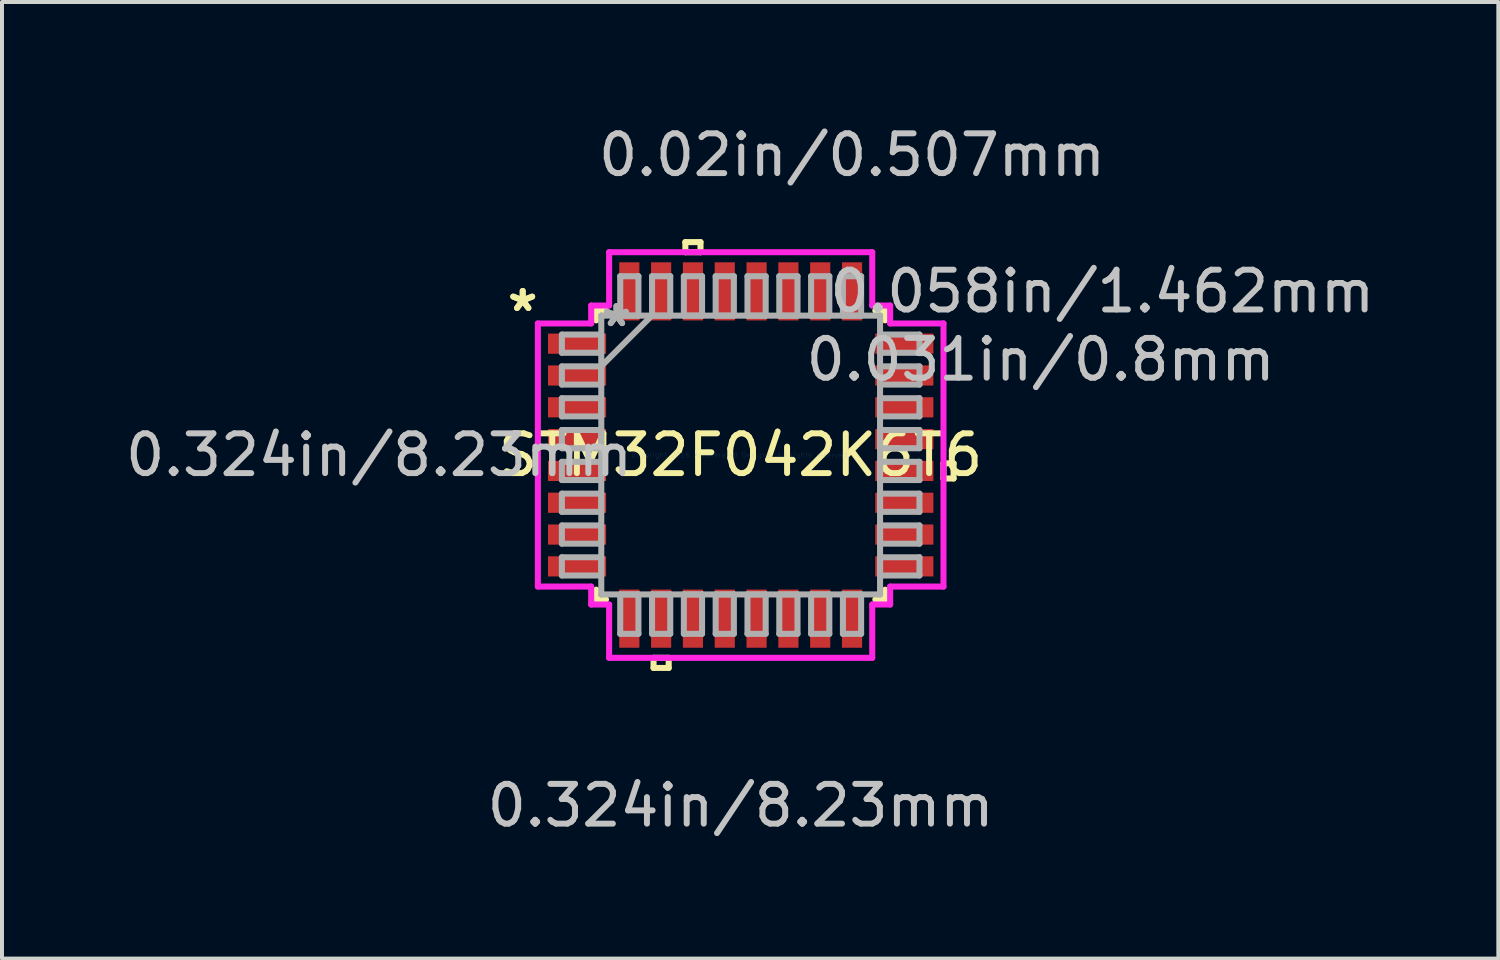
<source format=kicad_pcb>
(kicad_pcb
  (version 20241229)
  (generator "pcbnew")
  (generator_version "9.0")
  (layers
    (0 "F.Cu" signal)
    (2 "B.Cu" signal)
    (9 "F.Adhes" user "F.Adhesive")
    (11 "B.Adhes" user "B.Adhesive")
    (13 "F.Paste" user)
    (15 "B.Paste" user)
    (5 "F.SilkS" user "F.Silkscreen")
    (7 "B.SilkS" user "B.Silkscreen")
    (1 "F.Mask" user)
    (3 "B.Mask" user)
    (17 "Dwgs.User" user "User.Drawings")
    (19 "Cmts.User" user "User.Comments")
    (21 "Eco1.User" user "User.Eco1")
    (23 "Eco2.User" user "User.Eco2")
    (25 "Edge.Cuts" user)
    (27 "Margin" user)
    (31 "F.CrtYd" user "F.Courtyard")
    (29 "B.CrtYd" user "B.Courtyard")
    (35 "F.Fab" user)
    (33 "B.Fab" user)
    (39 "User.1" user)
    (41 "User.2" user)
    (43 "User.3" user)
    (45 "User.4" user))
  (footprint "STM32F042K6T6"
    (layer "F.Cu")
    (at 15.575 8.392)
    (property "Reference" "STM32F042K6T6" (at 0 0 0) (layer "F.SilkS") (effects (font (size 1 1) (thickness 0.15))))
    (attr through_hole)
    (fp_line (start -3.632 -3.632) (end -3.632 -3.386) (stroke (width 0.152) (type solid)) (layer "F.SilkS"))
    (fp_line (start -3.632 3.386) (end -3.632 3.632) (stroke (width 0.152) (type solid)) (layer "F.SilkS"))
    (fp_line (start -3.632 3.632) (end -3.386 3.632) (stroke (width 0.152) (type solid)) (layer "F.SilkS"))
    (fp_line (start -3.386 -3.632) (end -3.632 -3.632) (stroke (width 0.152) (type solid)) (layer "F.SilkS"))
    (fp_line (start -2.191 5.1) (end -2.191 5.354) (stroke (width 0.152) (type solid)) (layer "F.SilkS"))
    (fp_line (start -2.191 5.354) (end -1.81 5.354) (stroke (width 0.152) (type solid)) (layer "F.SilkS"))
    (fp_line (start -1.81 5.1) (end -2.191 5.1) (stroke (width 0.152) (type solid)) (layer "F.SilkS"))
    (fp_line (start -1.81 5.354) (end -1.81 5.1) (stroke (width 0.152) (type solid)) (layer "F.SilkS"))
    (fp_line (start -1.391 -5.354) (end -1.01 -5.354) (stroke (width 0.152) (type solid)) (layer "F.SilkS"))
    (fp_line (start -1.391 -5.1) (end -1.391 -5.354) (stroke (width 0.152) (type solid)) (layer "F.SilkS"))
    (fp_line (start -1.01 -5.354) (end -1.01 -5.1) (stroke (width 0.152) (type solid)) (layer "F.SilkS"))
    (fp_line (start -1.01 -5.1) (end -1.391 -5.1) (stroke (width 0.152) (type solid)) (layer "F.SilkS"))
    (fp_line (start 3.386 3.632) (end 3.632 3.632) (stroke (width 0.152) (type solid)) (layer "F.SilkS"))
    (fp_line (start 3.632 -3.632) (end 3.386 -3.632) (stroke (width 0.152) (type solid)) (layer "F.SilkS"))
    (fp_line (start 3.632 -3.386) (end 3.632 -3.632) (stroke (width 0.152) (type solid)) (layer "F.SilkS"))
    (fp_line (start 3.632 3.632) (end 3.632 3.386) (stroke (width 0.152) (type solid)) (layer "F.SilkS"))
    (fp_line (start 5.1 0.209) (end 5.354 0.209) (stroke (width 0.152) (type solid)) (layer "F.SilkS"))
    (fp_line (start 5.1 0.59) (end 5.1 0.209) (stroke (width 0.152) (type solid)) (layer "F.SilkS"))
    (fp_line (start 5.354 0.209) (end 5.354 0.59) (stroke (width 0.152) (type solid)) (layer "F.SilkS"))
    (fp_line (start 5.354 0.59) (end 5.1 0.59) (stroke (width 0.152) (type solid)) (layer "F.SilkS"))
    (fp_line (start -5.1 -3.308) (end -3.759 -3.308) (stroke (width 0.152) (type solid)) (layer "F.CrtYd"))
    (fp_line (start -5.1 3.308) (end -5.1 -3.308) (stroke (width 0.152) (type solid)) (layer "F.CrtYd"))
    (fp_line (start -3.759 -3.759) (end -3.308 -3.759) (stroke (width 0.152) (type solid)) (layer "F.CrtYd"))
    (fp_line (start -3.759 -3.308) (end -3.759 -3.759) (stroke (width 0.152) (type solid)) (layer "F.CrtYd"))
    (fp_line (start -3.759 3.308) (end -5.1 3.308) (stroke (width 0.152) (type solid)) (layer "F.CrtYd"))
    (fp_line (start -3.759 3.759) (end -3.759 3.308) (stroke (width 0.152) (type solid)) (layer "F.CrtYd"))
    (fp_line (start -3.308 -5.1) (end 3.308 -5.1) (stroke (width 0.152) (type solid)) (layer "F.CrtYd"))
    (fp_line (start -3.308 -3.759) (end -3.308 -5.1) (stroke (width 0.152) (type solid)) (layer "F.CrtYd"))
    (fp_line (start -3.308 3.759) (end -3.759 3.759) (stroke (width 0.152) (type solid)) (layer "F.CrtYd"))
    (fp_line (start -3.308 5.1) (end -3.308 3.759) (stroke (width 0.152) (type solid)) (layer "F.CrtYd"))
    (fp_line (start 3.308 -5.1) (end 3.308 -3.759) (stroke (width 0.152) (type solid)) (layer "F.CrtYd"))
    (fp_line (start 3.308 -3.759) (end 3.759 -3.759) (stroke (width 0.152) (type solid)) (layer "F.CrtYd"))
    (fp_line (start 3.308 3.759) (end 3.308 5.1) (stroke (width 0.152) (type solid)) (layer "F.CrtYd"))
    (fp_line (start 3.308 5.1) (end -3.308 5.1) (stroke (width 0.152) (type solid)) (layer "F.CrtYd"))
    (fp_line (start 3.759 -3.759) (end 3.759 -3.308) (stroke (width 0.152) (type solid)) (layer "F.CrtYd"))
    (fp_line (start 3.759 -3.308) (end 5.1 -3.308) (stroke (width 0.152) (type solid)) (layer "F.CrtYd"))
    (fp_line (start 3.759 3.308) (end 3.759 3.759) (stroke (width 0.152) (type solid)) (layer "F.CrtYd"))
    (fp_line (start 3.759 3.759) (end 3.308 3.759) (stroke (width 0.152) (type solid)) (layer "F.CrtYd"))
    (fp_line (start 5.1 -3.308) (end 5.1 3.308) (stroke (width 0.152) (type solid)) (layer "F.CrtYd"))
    (fp_line (start 5.1 3.308) (end 3.759 3.308) (stroke (width 0.152) (type solid)) (layer "F.CrtYd"))
    (fp_line (start -4.496 -3.029) (end -4.496 -2.571) (stroke (width 0.152) (type solid)) (layer "F.Fab"))
    (fp_line (start -4.496 -2.571) (end -3.505 -2.571) (stroke (width 0.152) (type solid)) (layer "F.Fab"))
    (fp_line (start -4.496 -2.229) (end -4.496 -1.771) (stroke (width 0.152) (type solid)) (layer "F.Fab"))
    (fp_line (start -4.496 -1.771) (end -3.505 -1.771) (stroke (width 0.152) (type solid)) (layer "F.Fab"))
    (fp_line (start -4.496 -1.429) (end -4.496 -0.971) (stroke (width 0.152) (type solid)) (layer "F.Fab"))
    (fp_line (start -4.496 -0.971) (end -3.505 -0.971) (stroke (width 0.152) (type solid)) (layer "F.Fab"))
    (fp_line (start -4.496 -0.629) (end -4.496 -0.171) (stroke (width 0.152) (type solid)) (layer "F.Fab"))
    (fp_line (start -4.496 -0.171) (end -3.505 -0.171) (stroke (width 0.152) (type solid)) (layer "F.Fab"))
    (fp_line (start -4.496 0.171) (end -4.496 0.629) (stroke (width 0.152) (type solid)) (layer "F.Fab"))
    (fp_line (start -4.496 0.629) (end -3.505 0.629) (stroke (width 0.152) (type solid)) (layer "F.Fab"))
    (fp_line (start -4.496 0.971) (end -4.496 1.429) (stroke (width 0.152) (type solid)) (layer "F.Fab"))
    (fp_line (start -4.496 1.429) (end -3.505 1.429) (stroke (width 0.152) (type solid)) (layer "F.Fab"))
    (fp_line (start -4.496 1.771) (end -4.496 2.229) (stroke (width 0.152) (type solid)) (layer "F.Fab"))
    (fp_line (start -4.496 2.229) (end -3.505 2.229) (stroke (width 0.152) (type solid)) (layer "F.Fab"))
    (fp_line (start -4.496 2.571) (end -4.496 3.029) (stroke (width 0.152) (type solid)) (layer "F.Fab"))
    (fp_line (start -4.496 3.029) (end -3.505 3.029) (stroke (width 0.152) (type solid)) (layer "F.Fab"))
    (fp_line (start -3.505 -3.505) (end -3.505 -3.505) (stroke (width 0.152) (type solid)) (layer "F.Fab"))
    (fp_line (start -3.505 -3.505) (end -3.505 3.505) (stroke (width 0.152) (type solid)) (layer "F.Fab"))
    (fp_line (start -3.505 -3.029) (end -4.496 -3.029) (stroke (width 0.152) (type solid)) (layer "F.Fab"))
    (fp_line (start -3.505 -2.571) (end -3.505 -3.029) (stroke (width 0.152) (type solid)) (layer "F.Fab"))
    (fp_line (start -3.505 -2.235) (end -2.235 -3.505) (stroke (width 0.152) (type solid)) (layer "F.Fab"))
    (fp_line (start -3.505 -2.229) (end -4.496 -2.229) (stroke (width 0.152) (type solid)) (layer "F.Fab"))
    (fp_line (start -3.505 -1.771) (end -3.505 -2.229) (stroke (width 0.152) (type solid)) (layer "F.Fab"))
    (fp_line (start -3.505 -1.429) (end -4.496 -1.429) (stroke (width 0.152) (type solid)) (layer "F.Fab"))
    (fp_line (start -3.505 -0.971) (end -3.505 -1.429) (stroke (width 0.152) (type solid)) (layer "F.Fab"))
    (fp_line (start -3.505 -0.629) (end -4.496 -0.629) (stroke (width 0.152) (type solid)) (layer "F.Fab"))
    (fp_line (start -3.505 -0.171) (end -3.505 -0.629) (stroke (width 0.152) (type solid)) (layer "F.Fab"))
    (fp_line (start -3.505 0.171) (end -4.496 0.171) (stroke (width 0.152) (type solid)) (layer "F.Fab"))
    (fp_line (start -3.505 0.629) (end -3.505 0.171) (stroke (width 0.152) (type solid)) (layer "F.Fab"))
    (fp_line (start -3.505 0.971) (end -4.496 0.971) (stroke (width 0.152) (type solid)) (layer "F.Fab"))
    (fp_line (start -3.505 1.429) (end -3.505 0.971) (stroke (width 0.152) (type solid)) (layer "F.Fab"))
    (fp_line (start -3.505 1.771) (end -4.496 1.771) (stroke (width 0.152) (type solid)) (layer "F.Fab"))
    (fp_line (start -3.505 2.229) (end -3.505 1.771) (stroke (width 0.152) (type solid)) (layer "F.Fab"))
    (fp_line (start -3.505 2.571) (end -4.496 2.571) (stroke (width 0.152) (type solid)) (layer "F.Fab"))
    (fp_line (start -3.505 3.029) (end -3.505 2.571) (stroke (width 0.152) (type solid)) (layer "F.Fab"))
    (fp_line (start -3.505 3.505) (end -3.505 3.505) (stroke (width 0.152) (type solid)) (layer "F.Fab"))
    (fp_line (start -3.505 3.505) (end 3.505 3.505) (stroke (width 0.152) (type solid)) (layer "F.Fab"))
    (fp_line (start -3.029 -4.496) (end -3.029 -3.505) (stroke (width 0.152) (type solid)) (layer "F.Fab"))
    (fp_line (start -3.029 -3.505) (end -2.571 -3.505) (stroke (width 0.152) (type solid)) (layer "F.Fab"))
    (fp_line (start -3.029 3.505) (end -3.029 4.496) (stroke (width 0.152) (type solid)) (layer "F.Fab"))
    (fp_line (start -3.029 4.496) (end -2.571 4.496) (stroke (width 0.152) (type solid)) (layer "F.Fab"))
    (fp_line (start -2.571 -4.496) (end -3.029 -4.496) (stroke (width 0.152) (type solid)) (layer "F.Fab"))
    (fp_line (start -2.571 -3.505) (end -2.571 -4.496) (stroke (width 0.152) (type solid)) (layer "F.Fab"))
    (fp_line (start -2.571 3.505) (end -3.029 3.505) (stroke (width 0.152) (type solid)) (layer "F.Fab"))
    (fp_line (start -2.571 4.496) (end -2.571 3.505) (stroke (width 0.152) (type solid)) (layer "F.Fab"))
    (fp_line (start -2.229 -4.496) (end -2.229 -3.505) (stroke (width 0.152) (type solid)) (layer "F.Fab"))
    (fp_line (start -2.229 -3.505) (end -1.771 -3.505) (stroke (width 0.152) (type solid)) (layer "F.Fab"))
    (fp_line (start -2.229 3.505) (end -2.229 4.496) (stroke (width 0.152) (type solid)) (layer "F.Fab"))
    (fp_line (start -2.229 4.496) (end -1.771 4.496) (stroke (width 0.152) (type solid)) (layer "F.Fab"))
    (fp_line (start -1.771 -4.496) (end -2.229 -4.496) (stroke (width 0.152) (type solid)) (layer "F.Fab"))
    (fp_line (start -1.771 -3.505) (end -1.771 -4.496) (stroke (width 0.152) (type solid)) (layer "F.Fab"))
    (fp_line (start -1.771 3.505) (end -2.229 3.505) (stroke (width 0.152) (type solid)) (layer "F.Fab"))
    (fp_line (start -1.771 4.496) (end -1.771 3.505) (stroke (width 0.152) (type solid)) (layer "F.Fab"))
    (fp_line (start -1.429 -4.496) (end -1.429 -3.505) (stroke (width 0.152) (type solid)) (layer "F.Fab"))
    (fp_line (start -1.429 -3.505) (end -0.971 -3.505) (stroke (width 0.152) (type solid)) (layer "F.Fab"))
    (fp_line (start -1.429 3.505) (end -1.429 4.496) (stroke (width 0.152) (type solid)) (layer "F.Fab"))
    (fp_line (start -1.429 4.496) (end -0.971 4.496) (stroke (width 0.152) (type solid)) (layer "F.Fab"))
    (fp_line (start -0.971 -4.496) (end -1.429 -4.496) (stroke (width 0.152) (type solid)) (layer "F.Fab"))
    (fp_line (start -0.971 -3.505) (end -0.971 -4.496) (stroke (width 0.152) (type solid)) (layer "F.Fab"))
    (fp_line (start -0.971 3.505) (end -1.429 3.505) (stroke (width 0.152) (type solid)) (layer "F.Fab"))
    (fp_line (start -0.971 4.496) (end -0.971 3.505) (stroke (width 0.152) (type solid)) (layer "F.Fab"))
    (fp_line (start -0.629 -4.496) (end -0.629 -3.505) (stroke (width 0.152) (type solid)) (layer "F.Fab"))
    (fp_line (start -0.629 -3.505) (end -0.171 -3.505) (stroke (width 0.152) (type solid)) (layer "F.Fab"))
    (fp_line (start -0.629 3.505) (end -0.629 4.496) (stroke (width 0.152) (type solid)) (layer "F.Fab"))
    (fp_line (start -0.629 4.496) (end -0.171 4.496) (stroke (width 0.152) (type solid)) (layer "F.Fab"))
    (fp_line (start -0.171 -4.496) (end -0.629 -4.496) (stroke (width 0.152) (type solid)) (layer "F.Fab"))
    (fp_line (start -0.171 -3.505) (end -0.171 -4.496) (stroke (width 0.152) (type solid)) (layer "F.Fab"))
    (fp_line (start -0.171 3.505) (end -0.629 3.505) (stroke (width 0.152) (type solid)) (layer "F.Fab"))
    (fp_line (start -0.171 4.496) (end -0.171 3.505) (stroke (width 0.152) (type solid)) (layer "F.Fab"))
    (fp_line (start 0.171 -4.496) (end 0.171 -3.505) (stroke (width 0.152) (type solid)) (layer "F.Fab"))
    (fp_line (start 0.171 -3.505) (end 0.629 -3.505) (stroke (width 0.152) (type solid)) (layer "F.Fab"))
    (fp_line (start 0.171 3.505) (end 0.171 4.496) (stroke (width 0.152) (type solid)) (layer "F.Fab"))
    (fp_line (start 0.171 4.496) (end 0.629 4.496) (stroke (width 0.152) (type solid)) (layer "F.Fab"))
    (fp_line (start 0.629 -4.496) (end 0.171 -4.496) (stroke (width 0.152) (type solid)) (layer "F.Fab"))
    (fp_line (start 0.629 -3.505) (end 0.629 -4.496) (stroke (width 0.152) (type solid)) (layer "F.Fab"))
    (fp_line (start 0.629 3.505) (end 0.171 3.505) (stroke (width 0.152) (type solid)) (layer "F.Fab"))
    (fp_line (start 0.629 4.496) (end 0.629 3.505) (stroke (width 0.152) (type solid)) (layer "F.Fab"))
    (fp_line (start 0.971 -4.496) (end 0.971 -3.505) (stroke (width 0.152) (type solid)) (layer "F.Fab"))
    (fp_line (start 0.971 -3.505) (end 1.429 -3.505) (stroke (width 0.152) (type solid)) (layer "F.Fab"))
    (fp_line (start 0.971 3.505) (end 0.971 4.496) (stroke (width 0.152) (type solid)) (layer "F.Fab"))
    (fp_line (start 0.971 4.496) (end 1.429 4.496) (stroke (width 0.152) (type solid)) (layer "F.Fab"))
    (fp_line (start 1.429 -4.496) (end 0.971 -4.496) (stroke (width 0.152) (type solid)) (layer "F.Fab"))
    (fp_line (start 1.429 -3.505) (end 1.429 -4.496) (stroke (width 0.152) (type solid)) (layer "F.Fab"))
    (fp_line (start 1.429 3.505) (end 0.971 3.505) (stroke (width 0.152) (type solid)) (layer "F.Fab"))
    (fp_line (start 1.429 4.496) (end 1.429 3.505) (stroke (width 0.152) (type solid)) (layer "F.Fab"))
    (fp_line (start 1.771 -4.496) (end 1.771 -3.505) (stroke (width 0.152) (type solid)) (layer "F.Fab"))
    (fp_line (start 1.771 -3.505) (end 2.229 -3.505) (stroke (width 0.152) (type solid)) (layer "F.Fab"))
    (fp_line (start 1.771 3.505) (end 1.771 4.496) (stroke (width 0.152) (type solid)) (layer "F.Fab"))
    (fp_line (start 1.771 4.496) (end 2.229 4.496) (stroke (width 0.152) (type solid)) (layer "F.Fab"))
    (fp_line (start 2.229 -4.496) (end 1.771 -4.496) (stroke (width 0.152) (type solid)) (layer "F.Fab"))
    (fp_line (start 2.229 -3.505) (end 2.229 -4.496) (stroke (width 0.152) (type solid)) (layer "F.Fab"))
    (fp_line (start 2.229 3.505) (end 1.771 3.505) (stroke (width 0.152) (type solid)) (layer "F.Fab"))
    (fp_line (start 2.229 4.496) (end 2.229 3.505) (stroke (width 0.152) (type solid)) (layer "F.Fab"))
    (fp_line (start 2.571 -4.496) (end 2.571 -3.505) (stroke (width 0.152) (type solid)) (layer "F.Fab"))
    (fp_line (start 2.571 -3.505) (end 3.029 -3.505) (stroke (width 0.152) (type solid)) (layer "F.Fab"))
    (fp_line (start 2.571 3.505) (end 2.571 4.496) (stroke (width 0.152) (type solid)) (layer "F.Fab"))
    (fp_line (start 2.571 4.496) (end 3.029 4.496) (stroke (width 0.152) (type solid)) (layer "F.Fab"))
    (fp_line (start 3.029 -4.496) (end 2.571 -4.496) (stroke (width 0.152) (type solid)) (layer "F.Fab"))
    (fp_line (start 3.029 -3.505) (end 3.029 -4.496) (stroke (width 0.152) (type solid)) (layer "F.Fab"))
    (fp_line (start 3.029 3.505) (end 2.571 3.505) (stroke (width 0.152) (type solid)) (layer "F.Fab"))
    (fp_line (start 3.029 4.496) (end 3.029 3.505) (stroke (width 0.152) (type solid)) (layer "F.Fab"))
    (fp_line (start 3.505 -3.505) (end -3.505 -3.505) (stroke (width 0.152) (type solid)) (layer "F.Fab"))
    (fp_line (start 3.505 -3.505) (end 3.505 -3.505) (stroke (width 0.152) (type solid)) (layer "F.Fab"))
    (fp_line (start 3.505 -3.029) (end 3.505 -2.571) (stroke (width 0.152) (type solid)) (layer "F.Fab"))
    (fp_line (start 3.505 -2.571) (end 4.496 -2.571) (stroke (width 0.152) (type solid)) (layer "F.Fab"))
    (fp_line (start 3.505 -2.229) (end 3.505 -1.771) (stroke (width 0.152) (type solid)) (layer "F.Fab"))
    (fp_line (start 3.505 -1.771) (end 4.496 -1.771) (stroke (width 0.152) (type solid)) (layer "F.Fab"))
    (fp_line (start 3.505 -1.429) (end 3.505 -0.971) (stroke (width 0.152) (type solid)) (layer "F.Fab"))
    (fp_line (start 3.505 -0.971) (end 4.496 -0.971) (stroke (width 0.152) (type solid)) (layer "F.Fab"))
    (fp_line (start 3.505 -0.629) (end 3.505 -0.171) (stroke (width 0.152) (type solid)) (layer "F.Fab"))
    (fp_line (start 3.505 -0.171) (end 4.496 -0.171) (stroke (width 0.152) (type solid)) (layer "F.Fab"))
    (fp_line (start 3.505 0.171) (end 3.505 0.629) (stroke (width 0.152) (type solid)) (layer "F.Fab"))
    (fp_line (start 3.505 0.629) (end 4.496 0.629) (stroke (width 0.152) (type solid)) (layer "F.Fab"))
    (fp_line (start 3.505 0.971) (end 3.505 1.429) (stroke (width 0.152) (type solid)) (layer "F.Fab"))
    (fp_line (start 3.505 1.429) (end 4.496 1.429) (stroke (width 0.152) (type solid)) (layer "F.Fab"))
    (fp_line (start 3.505 1.771) (end 3.505 2.229) (stroke (width 0.152) (type solid)) (layer "F.Fab"))
    (fp_line (start 3.505 2.229) (end 4.496 2.229) (stroke (width 0.152) (type solid)) (layer "F.Fab"))
    (fp_line (start 3.505 2.571) (end 3.505 3.029) (stroke (width 0.152) (type solid)) (layer "F.Fab"))
    (fp_line (start 3.505 3.029) (end 4.496 3.029) (stroke (width 0.152) (type solid)) (layer "F.Fab"))
    (fp_line (start 3.505 3.505) (end 3.505 -3.505) (stroke (width 0.152) (type solid)) (layer "F.Fab"))
    (fp_line (start 3.505 3.505) (end 3.505 3.505) (stroke (width 0.152) (type solid)) (layer "F.Fab"))
    (fp_line (start 4.496 -3.029) (end 3.505 -3.029) (stroke (width 0.152) (type solid)) (layer "F.Fab"))
    (fp_line (start 4.496 -2.571) (end 4.496 -3.029) (stroke (width 0.152) (type solid)) (layer "F.Fab"))
    (fp_line (start 4.496 -2.229) (end 3.505 -2.229) (stroke (width 0.152) (type solid)) (layer "F.Fab"))
    (fp_line (start 4.496 -1.771) (end 4.496 -2.229) (stroke (width 0.152) (type solid)) (layer "F.Fab"))
    (fp_line (start 4.496 -1.429) (end 3.505 -1.429) (stroke (width 0.152) (type solid)) (layer "F.Fab"))
    (fp_line (start 4.496 -0.971) (end 4.496 -1.429) (stroke (width 0.152) (type solid)) (layer "F.Fab"))
    (fp_line (start 4.496 -0.629) (end 3.505 -0.629) (stroke (width 0.152) (type solid)) (layer "F.Fab"))
    (fp_line (start 4.496 -0.171) (end 4.496 -0.629) (stroke (width 0.152) (type solid)) (layer "F.Fab"))
    (fp_line (start 4.496 0.171) (end 3.505 0.171) (stroke (width 0.152) (type solid)) (layer "F.Fab"))
    (fp_line (start 4.496 0.629) (end 4.496 0.171) (stroke (width 0.152) (type solid)) (layer "F.Fab"))
    (fp_line (start 4.496 0.971) (end 3.505 0.971) (stroke (width 0.152) (type solid)) (layer "F.Fab"))
    (fp_line (start 4.496 1.429) (end 4.496 0.971) (stroke (width 0.152) (type solid)) (layer "F.Fab"))
    (fp_line (start 4.496 1.771) (end 3.505 1.771) (stroke (width 0.152) (type solid)) (layer "F.Fab"))
    (fp_line (start 4.496 2.229) (end 4.496 1.771) (stroke (width 0.152) (type solid)) (layer "F.Fab"))
    (fp_line (start 4.496 2.571) (end 3.505 2.571) (stroke (width 0.152) (type solid)) (layer "F.Fab"))
    (fp_line (start 4.496 3.029) (end 4.496 2.571) (stroke (width 0.152) (type solid)) (layer "F.Fab"))
    (fp_text user "*" (at -5.481 -3.581 0) (layer "F.SilkS") (effects (font (size 1 1) (thickness 0.15))))
    (fp_text user "*" (at -5.481 -3.581 0) (layer "F.SilkS") (effects (font (size 1 1) (thickness 0.15))))
    (fp_text user "0.058in/1.462mm" (at 9.093 -4.115 0) (layer "Dwgs.User") (effects (font (size 1 1) (thickness 0.15))))
    (fp_text user "0.324in/8.23mm" (at 0 8.814 0) (layer "Dwgs.User") (effects (font (size 1 1) (thickness 0.15))))
    (fp_text user "0.02in/0.507mm" (at 2.8 -7.544 0) (layer "Dwgs.User") (effects (font (size 1 1) (thickness 0.15))))
    (fp_text user "0.324in/8.23mm" (at -9.093 0 0) (layer "Dwgs.User") (effects (font (size 1 1) (thickness 0.15))))
    (fp_text user "0.031in/0.8mm" (at 7.544 -2.4 0) (layer "Dwgs.User") (effects (font (size 1 1) (thickness 0.15))))
    (fp_text user "Copyright 2016 Accelerated Designs. All rights reserved." (at 0 0 0) (layer "Cmts.User") (effects (font (size 0.127 0.127) (thickness 0.002))))
    (fp_text user "*" (at -3.124 -3.2 0) (layer "F.Fab") (effects (font (size 1 1) (thickness 0.15))))
    (fp_text user "*" (at -3.124 -3.2 0) (layer "F.Fab") (effects (font (size 1 1) (thickness 0.15))))
    (pad "1" smd rect (at -4.115 -2.8 90) (size 0.507 1.462) (layers "F.Cu" "F.Mask" "F.Paste"))
    (pad "2" smd rect (at -4.115 -2 90) (size 0.507 1.462) (layers "F.Cu" "F.Mask" "F.Paste"))
    (pad "3" smd rect (at -4.115 -1.2 90) (size 0.507 1.462) (layers "F.Cu" "F.Mask" "F.Paste"))
    (pad "4" smd rect (at -4.115 -0.4 90) (size 0.507 1.462) (layers "F.Cu" "F.Mask" "F.Paste"))
    (pad "5" smd rect (at -4.115 0.4 90) (size 0.507 1.462) (layers "F.Cu" "F.Mask" "F.Paste"))
    (pad "6" smd rect (at -4.115 1.2 90) (size 0.507 1.462) (layers "F.Cu" "F.Mask" "F.Paste"))
    (pad "7" smd rect (at -4.115 2 90) (size 0.507 1.462) (layers "F.Cu" "F.Mask" "F.Paste"))
    (pad "8" smd rect (at -4.115 2.8 90) (size 0.507 1.462) (layers "F.Cu" "F.Mask" "F.Paste"))
    (pad "9" smd rect (at -2.8 4.115) (size 0.507 1.462) (layers "F.Cu" "F.Mask" "F.Paste"))
    (pad "10" smd rect (at -2 4.115) (size 0.507 1.462) (layers "F.Cu" "F.Mask" "F.Paste"))
    (pad "11" smd rect (at -1.2 4.115) (size 0.507 1.462) (layers "F.Cu" "F.Mask" "F.Paste"))
    (pad "12" smd rect (at -0.4 4.115) (size 0.507 1.462) (layers "F.Cu" "F.Mask" "F.Paste"))
    (pad "13" smd rect (at 0.4 4.115) (size 0.507 1.462) (layers "F.Cu" "F.Mask" "F.Paste"))
    (pad "14" smd rect (at 1.2 4.115) (size 0.507 1.462) (layers "F.Cu" "F.Mask" "F.Paste"))
    (pad "15" smd rect (at 2 4.115) (size 0.507 1.462) (layers "F.Cu" "F.Mask" "F.Paste"))
    (pad "16" smd rect (at 2.8 4.115) (size 0.507 1.462) (layers "F.Cu" "F.Mask" "F.Paste"))
    (pad "17" smd rect (at 4.115 2.8 90) (size 0.507 1.462) (layers "F.Cu" "F.Mask" "F.Paste"))
    (pad "18" smd rect (at 4.115 2 90) (size 0.507 1.462) (layers "F.Cu" "F.Mask" "F.Paste"))
    (pad "19" smd rect (at 4.115 1.2 90) (size 0.507 1.462) (layers "F.Cu" "F.Mask" "F.Paste"))
    (pad "20" smd rect (at 4.115 0.4 90) (size 0.507 1.462) (layers "F.Cu" "F.Mask" "F.Paste"))
    (pad "21" smd rect (at 4.115 -0.4 90) (size 0.507 1.462) (layers "F.Cu" "F.Mask" "F.Paste"))
    (pad "22" smd rect (at 4.115 -1.2 90) (size 0.507 1.462) (layers "F.Cu" "F.Mask" "F.Paste"))
    (pad "23" smd rect (at 4.115 -2 90) (size 0.507 1.462) (layers "F.Cu" "F.Mask" "F.Paste"))
    (pad "24" smd rect (at 4.115 -2.8 90) (size 0.507 1.462) (layers "F.Cu" "F.Mask" "F.Paste"))
    (pad "25" smd rect (at 2.8 -4.115) (size 0.507 1.462) (layers "F.Cu" "F.Mask" "F.Paste"))
    (pad "26" smd rect (at 2 -4.115) (size 0.507 1.462) (layers "F.Cu" "F.Mask" "F.Paste"))
    (pad "27" smd rect (at 1.2 -4.115) (size 0.507 1.462) (layers "F.Cu" "F.Mask" "F.Paste"))
    (pad "28" smd rect (at 0.4 -4.115) (size 0.507 1.462) (layers "F.Cu" "F.Mask" "F.Paste"))
    (pad "29" smd rect (at -0.4 -4.115) (size 0.507 1.462) (layers "F.Cu" "F.Mask" "F.Paste"))
    (pad "30" smd rect (at -1.2 -4.115) (size 0.507 1.462) (layers "F.Cu" "F.Mask" "F.Paste"))
    (pad "31" smd rect (at -2 -4.115) (size 0.507 1.462) (layers "F.Cu" "F.Mask" "F.Paste"))
    (pad "32" smd rect (at -2.8 -4.115) (size 0.507 1.462) (layers "F.Cu" "F.Mask" "F.Paste")))
  (gr_rect
    (start -3 -3)
    (end 34.627 21.054)
    (stroke (width 0.1) (type default))
    (fill no)
    (layer "Edge.Cuts")))
</source>
